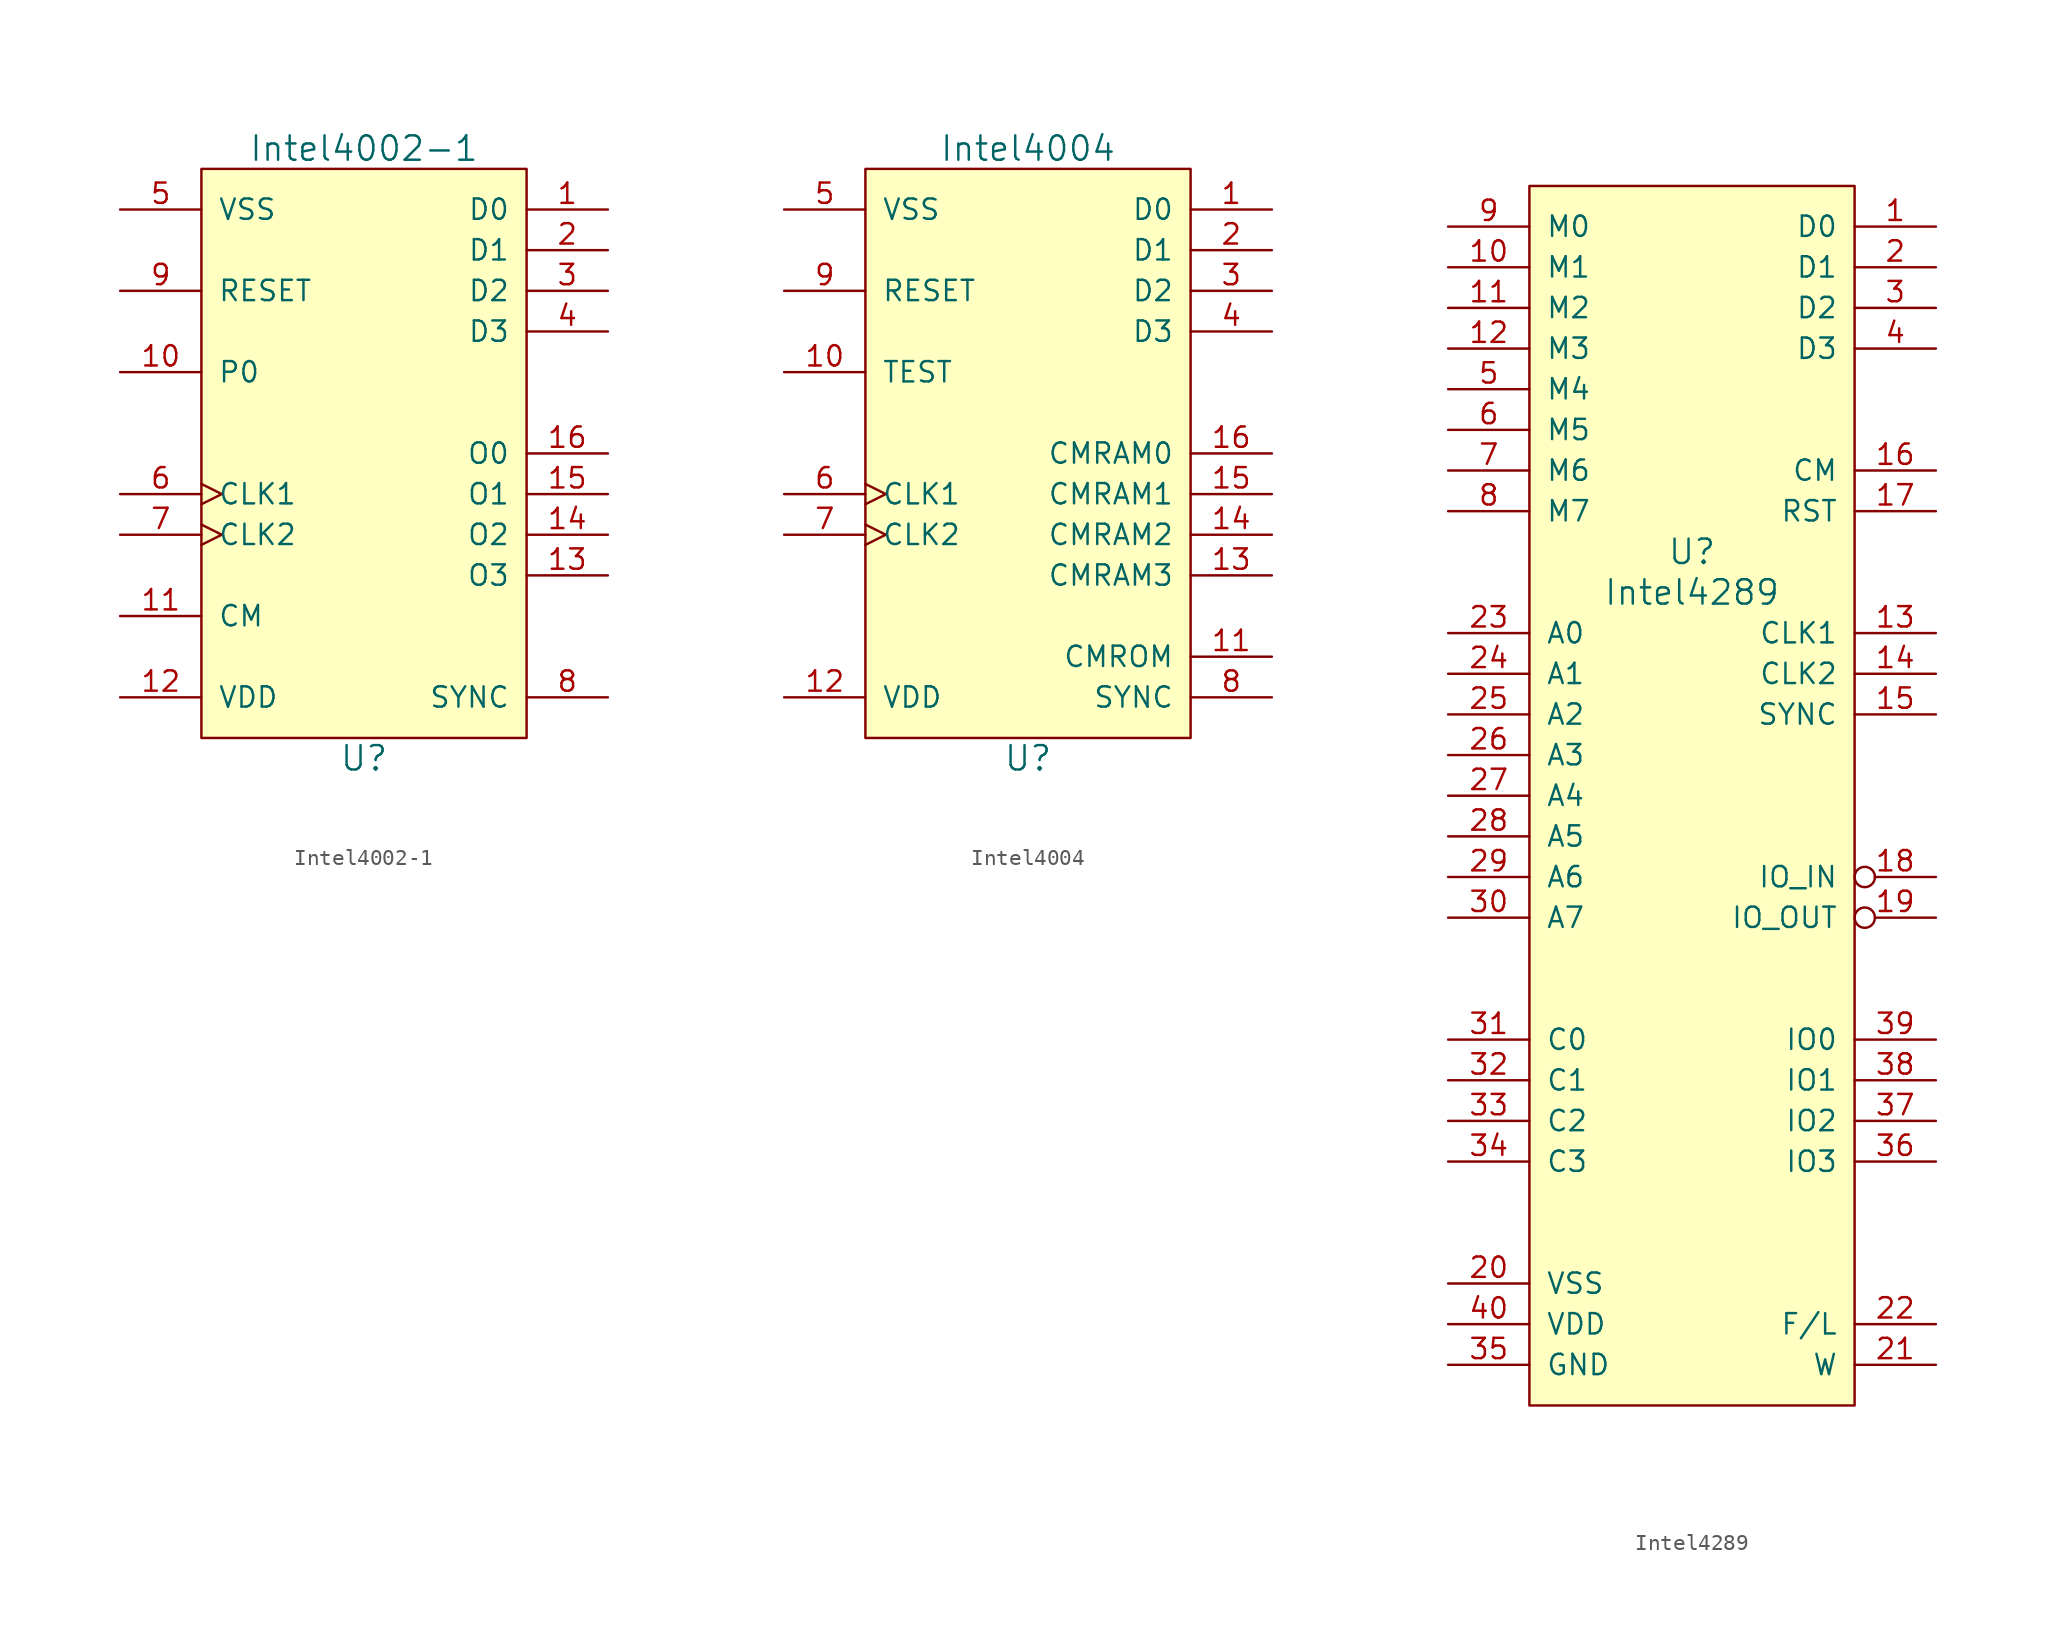
<source format=kicad_sym>
(kicad_symbol_lib
  (version 20211014)
  (generator kicad_symbol_editor)
  (symbol "Intel4002-1"
    (pin_names
      (offset 1.016))
    (property "Reference" "U"
      (at 0 -1.27 0)
      (effects (font (size 1.524 1.524))))
    (property "Value" "Intel4002-1"
      (at 0 36.83 0)
      (effects (font (size 1.524 1.524))))
    (symbol "Intel4002-1_0_1"
      (rectangle (start -10.16 35.56) (end 10.16 0) (stroke (width 0) (type default) (color 0 0 0 0)) (fill (type background))))
    (symbol "Intel4002-1_1_1"
      (pin bidirectional line (at 15.24 33.02 180) (length 5.08) (name "D0" (effects (font (size 1.27 1.27)))) (number "1" (effects (font (size 1.27 1.27)))))
      (pin input line (at -15.24 22.86 0) (length 5.08) (name "P0" (effects (font (size 1.27 1.27)))) (number "10" (effects (font (size 1.27 1.27)))))
      (pin input line (at -15.24 7.62 0) (length 5.08) (name "CM" (effects (font (size 1.27 1.27)))) (number "11" (effects (font (size 1.27 1.27)))))
      (pin power_in line (at -15.24 2.54 0) (length 5.08) (name "VDD" (effects (font (size 1.27 1.27)))) (number "12" (effects (font (size 1.27 1.27)))))
      (pin output line (at 15.24 10.16 180) (length 5.08) (name "O3" (effects (font (size 1.27 1.27)))) (number "13" (effects (font (size 1.27 1.27)))))
      (pin output line (at 15.24 12.7 180) (length 5.08) (name "O2" (effects (font (size 1.27 1.27)))) (number "14" (effects (font (size 1.27 1.27)))))
      (pin output line (at 15.24 15.24 180) (length 5.08) (name "O1" (effects (font (size 1.27 1.27)))) (number "15" (effects (font (size 1.27 1.27)))))
      (pin output line (at 15.24 17.78 180) (length 5.08) (name "O0" (effects (font (size 1.27 1.27)))) (number "16" (effects (font (size 1.27 1.27)))))
      (pin bidirectional line (at 15.24 30.48 180) (length 5.08) (name "D1" (effects (font (size 1.27 1.27)))) (number "2" (effects (font (size 1.27 1.27)))))
      (pin bidirectional line (at 15.24 27.94 180) (length 5.08) (name "D2" (effects (font (size 1.27 1.27)))) (number "3" (effects (font (size 1.27 1.27)))))
      (pin bidirectional line (at 15.24 25.4 180) (length 5.08) (name "D3" (effects (font (size 1.27 1.27)))) (number "4" (effects (font (size 1.27 1.27)))))
      (pin power_in line (at -15.24 33.02 0) (length 5.08) (name "VSS" (effects (font (size 1.27 1.27)))) (number "5" (effects (font (size 1.27 1.27)))))
      (pin input clock (at -15.24 15.24 0) (length 5.08) (name "CLK1" (effects (font (size 1.27 1.27)))) (number "6" (effects (font (size 1.27 1.27)))))
      (pin input clock (at -15.24 12.7 0) (length 5.08) (name "CLK2" (effects (font (size 1.27 1.27)))) (number "7" (effects (font (size 1.27 1.27)))))
      (pin input line (at 15.24 2.54 180) (length 5.08) (name "SYNC" (effects (font (size 1.27 1.27)))) (number "8" (effects (font (size 1.27 1.27)))))
      (pin input line (at -15.24 27.94 0) (length 5.08) (name "RESET" (effects (font (size 1.27 1.27)))) (number "9" (effects (font (size 1.27 1.27)))))))
  (symbol "Intel4004"
    (pin_names
      (offset 1.016))
    (property "Reference" "U"
      (at 0 -1.27 0)
      (effects (font (size 1.524 1.524))))
    (property "Value" "Intel4004"
      (at 0 36.83 0)
      (effects (font (size 1.524 1.524))))
    (symbol "Intel4004_0_1"
      (rectangle (start -10.16 35.56) (end 10.16 0) (stroke (width 0) (type default) (color 0 0 0 0)) (fill (type background))))
    (symbol "Intel4004_1_1"
      (pin bidirectional line (at 15.24 33.02 180) (length 5.08) (name "D0" (effects (font (size 1.27 1.27)))) (number "1" (effects (font (size 1.27 1.27)))))
      (pin input line (at -15.24 22.86 0) (length 5.08) (name "TEST" (effects (font (size 1.27 1.27)))) (number "10" (effects (font (size 1.27 1.27)))))
      (pin output line (at 15.24 5.08 180) (length 5.08) (name "CMROM" (effects (font (size 1.27 1.27)))) (number "11" (effects (font (size 1.27 1.27)))))
      (pin power_in line (at -15.24 2.54 0) (length 5.08) (name "VDD" (effects (font (size 1.27 1.27)))) (number "12" (effects (font (size 1.27 1.27)))))
      (pin output line (at 15.24 10.16 180) (length 5.08) (name "CMRAM3" (effects (font (size 1.27 1.27)))) (number "13" (effects (font (size 1.27 1.27)))))
      (pin output line (at 15.24 12.7 180) (length 5.08) (name "CMRAM2" (effects (font (size 1.27 1.27)))) (number "14" (effects (font (size 1.27 1.27)))))
      (pin output line (at 15.24 15.24 180) (length 5.08) (name "CMRAM1" (effects (font (size 1.27 1.27)))) (number "15" (effects (font (size 1.27 1.27)))))
      (pin output line (at 15.24 17.78 180) (length 5.08) (name "CMRAM0" (effects (font (size 1.27 1.27)))) (number "16" (effects (font (size 1.27 1.27)))))
      (pin bidirectional line (at 15.24 30.48 180) (length 5.08) (name "D1" (effects (font (size 1.27 1.27)))) (number "2" (effects (font (size 1.27 1.27)))))
      (pin bidirectional line (at 15.24 27.94 180) (length 5.08) (name "D2" (effects (font (size 1.27 1.27)))) (number "3" (effects (font (size 1.27 1.27)))))
      (pin bidirectional line (at 15.24 25.4 180) (length 5.08) (name "D3" (effects (font (size 1.27 1.27)))) (number "4" (effects (font (size 1.27 1.27)))))
      (pin power_in line (at -15.24 33.02 0) (length 5.08) (name "VSS" (effects (font (size 1.27 1.27)))) (number "5" (effects (font (size 1.27 1.27)))))
      (pin input clock (at -15.24 15.24 0) (length 5.08) (name "CLK1" (effects (font (size 1.27 1.27)))) (number "6" (effects (font (size 1.27 1.27)))))
      (pin input clock (at -15.24 12.7 0) (length 5.08) (name "CLK2" (effects (font (size 1.27 1.27)))) (number "7" (effects (font (size 1.27 1.27)))))
      (pin output line (at 15.24 2.54 180) (length 5.08) (name "SYNC" (effects (font (size 1.27 1.27)))) (number "8" (effects (font (size 1.27 1.27)))))
      (pin input line (at -15.24 27.94 0) (length 5.08) (name "RESET" (effects (font (size 1.27 1.27)))) (number "9" (effects (font (size 1.27 1.27)))))))
  (symbol "Intel4289"
    (pin_names
      (offset 1.016))
    (property "Reference" "U"
      (at 0 15.24 0)
      (effects (font (size 1.524 1.524))))
    (property "Value" "Intel4289"
      (at 0 12.7 0)
      (effects (font (size 1.524 1.524))))
    (symbol "Intel4289_0_1"
      (rectangle (start -10.16 -38.1) (end 10.16 38.1) (stroke (width 0) (type default) (color 0 0 0 0)) (fill (type background))))
    (symbol "Intel4289_1_1"
      (pin bidirectional line (at 15.24 35.56 180) (length 5.08) (name "D0" (effects (font (size 1.27 1.27)))) (number "1" (effects (font (size 1.27 1.27)))))
      (pin bidirectional line (at -15.24 33.02 0) (length 5.08) (name "M1" (effects (font (size 1.27 1.27)))) (number "10" (effects (font (size 1.27 1.27)))))
      (pin bidirectional line (at -15.24 30.48 0) (length 5.08) (name "M2" (effects (font (size 1.27 1.27)))) (number "11" (effects (font (size 1.27 1.27)))))
      (pin bidirectional line (at -15.24 27.94 0) (length 5.08) (name "M3" (effects (font (size 1.27 1.27)))) (number "12" (effects (font (size 1.27 1.27)))))
      (pin input line (at 15.24 10.16 180) (length 5.08) (name "CLK1" (effects (font (size 1.27 1.27)))) (number "13" (effects (font (size 1.27 1.27)))))
      (pin input line (at 15.24 7.62 180) (length 5.08) (name "CLK2" (effects (font (size 1.27 1.27)))) (number "14" (effects (font (size 1.27 1.27)))))
      (pin input line (at 15.24 5.08 180) (length 5.08) (name "SYNC" (effects (font (size 1.27 1.27)))) (number "15" (effects (font (size 1.27 1.27)))))
      (pin input line (at 15.24 20.32 180) (length 5.08) (name "CM" (effects (font (size 1.27 1.27)))) (number "16" (effects (font (size 1.27 1.27)))))
      (pin input line (at 15.24 17.78 180) (length 5.08) (name "RST" (effects (font (size 1.27 1.27)))) (number "17" (effects (font (size 1.27 1.27)))))
      (pin input inverted (at 15.24 -5.08 180) (length 5.08) (name "IO_IN" (effects (font (size 1.27 1.27)))) (number "18" (effects (font (size 1.27 1.27)))))
      (pin output inverted (at 15.24 -7.62 180) (length 5.08) (name "IO_OUT" (effects (font (size 1.27 1.27)))) (number "19" (effects (font (size 1.27 1.27)))))
      (pin bidirectional line (at 15.24 33.02 180) (length 5.08) (name "D1" (effects (font (size 1.27 1.27)))) (number "2" (effects (font (size 1.27 1.27)))))
      (pin power_in line (at -15.24 -30.48 0) (length 5.08) (name "VSS" (effects (font (size 1.27 1.27)))) (number "20" (effects (font (size 1.27 1.27)))))
      (pin passive line (at 15.24 -35.56 180) (length 5.08) (name "W" (effects (font (size 1.27 1.27)))) (number "21" (effects (font (size 1.27 1.27)))))
      (pin passive line (at 15.24 -33.02 180) (length 5.08) (name "F/L" (effects (font (size 1.27 1.27)))) (number "22" (effects (font (size 1.27 1.27)))))
      (pin output line (at -15.24 10.16 0) (length 5.08) (name "A0" (effects (font (size 1.27 1.27)))) (number "23" (effects (font (size 1.27 1.27)))))
      (pin output line (at -15.24 7.62 0) (length 5.08) (name "A1" (effects (font (size 1.27 1.27)))) (number "24" (effects (font (size 1.27 1.27)))))
      (pin output line (at -15.24 5.08 0) (length 5.08) (name "A2" (effects (font (size 1.27 1.27)))) (number "25" (effects (font (size 1.27 1.27)))))
      (pin output line (at -15.24 2.54 0) (length 5.08) (name "A3" (effects (font (size 1.27 1.27)))) (number "26" (effects (font (size 1.27 1.27)))))
      (pin output line (at -15.24 0 0) (length 5.08) (name "A4" (effects (font (size 1.27 1.27)))) (number "27" (effects (font (size 1.27 1.27)))))
      (pin output line (at -15.24 -2.54 0) (length 5.08) (name "A5" (effects (font (size 1.27 1.27)))) (number "28" (effects (font (size 1.27 1.27)))))
      (pin output line (at -15.24 -5.08 0) (length 5.08) (name "A6" (effects (font (size 1.27 1.27)))) (number "29" (effects (font (size 1.27 1.27)))))
      (pin bidirectional line (at 15.24 30.48 180) (length 5.08) (name "D2" (effects (font (size 1.27 1.27)))) (number "3" (effects (font (size 1.27 1.27)))))
      (pin output line (at -15.24 -7.62 0) (length 5.08) (name "A7" (effects (font (size 1.27 1.27)))) (number "30" (effects (font (size 1.27 1.27)))))
      (pin output line (at -15.24 -15.24 0) (length 5.08) (name "C0" (effects (font (size 1.27 1.27)))) (number "31" (effects (font (size 1.27 1.27)))))
      (pin output line (at -15.24 -17.78 0) (length 5.08) (name "C1" (effects (font (size 1.27 1.27)))) (number "32" (effects (font (size 1.27 1.27)))))
      (pin output line (at -15.24 -20.32 0) (length 5.08) (name "C2" (effects (font (size 1.27 1.27)))) (number "33" (effects (font (size 1.27 1.27)))))
      (pin output line (at -15.24 -22.86 0) (length 5.08) (name "C3" (effects (font (size 1.27 1.27)))) (number "34" (effects (font (size 1.27 1.27)))))
      (pin power_in line (at -15.24 -35.56 0) (length 5.08) (name "GND" (effects (font (size 1.27 1.27)))) (number "35" (effects (font (size 1.27 1.27)))))
      (pin bidirectional line (at 15.24 -22.86 180) (length 5.08) (name "IO3" (effects (font (size 1.27 1.27)))) (number "36" (effects (font (size 1.27 1.27)))))
      (pin bidirectional line (at 15.24 -20.32 180) (length 5.08) (name "IO2" (effects (font (size 1.27 1.27)))) (number "37" (effects (font (size 1.27 1.27)))))
      (pin bidirectional line (at 15.24 -17.78 180) (length 5.08) (name "IO1" (effects (font (size 1.27 1.27)))) (number "38" (effects (font (size 1.27 1.27)))))
      (pin bidirectional line (at 15.24 -15.24 180) (length 5.08) (name "IO0" (effects (font (size 1.27 1.27)))) (number "39" (effects (font (size 1.27 1.27)))))
      (pin bidirectional line (at 15.24 27.94 180) (length 5.08) (name "D3" (effects (font (size 1.27 1.27)))) (number "4" (effects (font (size 1.27 1.27)))))
      (pin power_in line (at -15.24 -33.02 0) (length 5.08) (name "VDD" (effects (font (size 1.27 1.27)))) (number "40" (effects (font (size 1.27 1.27)))))
      (pin bidirectional line (at -15.24 25.4 0) (length 5.08) (name "M4" (effects (font (size 1.27 1.27)))) (number "5" (effects (font (size 1.27 1.27)))))
      (pin bidirectional line (at -15.24 22.86 0) (length 5.08) (name "M5" (effects (font (size 1.27 1.27)))) (number "6" (effects (font (size 1.27 1.27)))))
      (pin bidirectional line (at -15.24 20.32 0) (length 5.08) (name "M6" (effects (font (size 1.27 1.27)))) (number "7" (effects (font (size 1.27 1.27)))))
      (pin bidirectional line (at -15.24 17.78 0) (length 5.08) (name "M7" (effects (font (size 1.27 1.27)))) (number "8" (effects (font (size 1.27 1.27)))))
      (pin bidirectional line (at -15.24 35.56 0) (length 5.08) (name "M0" (effects (font (size 1.27 1.27)))) (number "9" (effects (font (size 1.27 1.27))))))))
</source>
